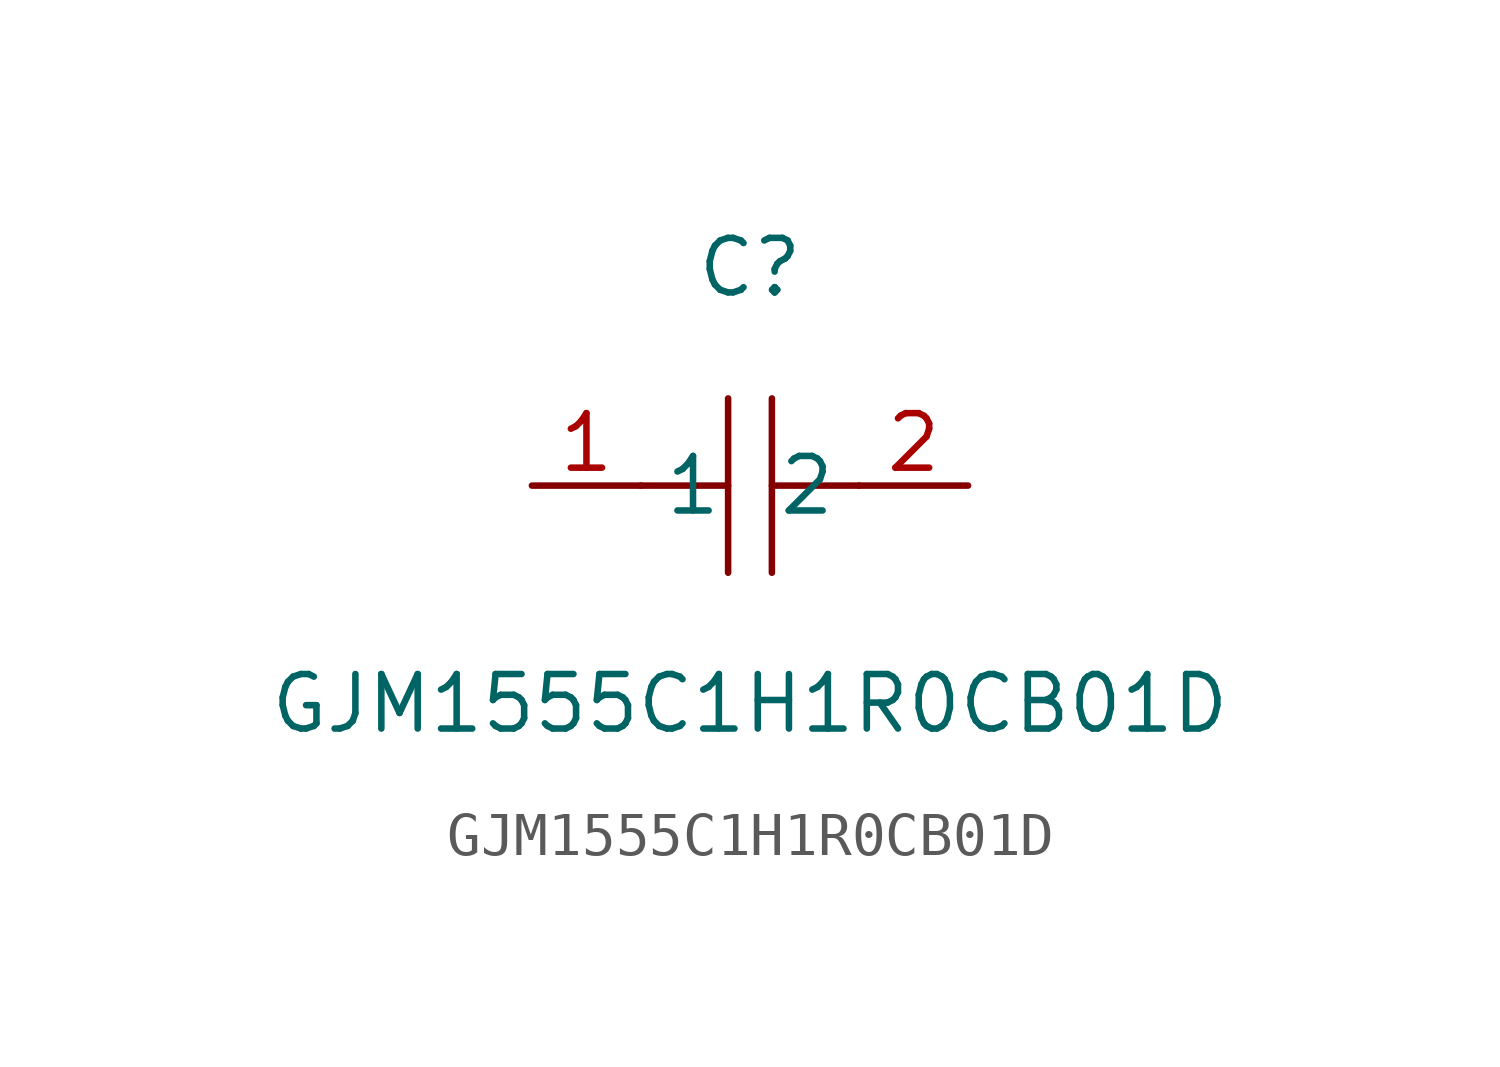
<source format=kicad_sym>
(kicad_symbol_lib
  (version 1)
  (generator "faebryk")
  (symbol "GJM1555C1H1R0CB01D"
    (property "Reference" "C"
      (at 0 5.08 0)
      (effects (font (size 1.27 1.27)) (hide no)))
    (property "Value" "GJM1555C1H1R0CB01D"
      (at 0 -5.08 0)
      (effects (font (size 1.27 1.27)) (hide no)))
    (symbol "GJM1555C1H1R0CB01D_0_1"
      (polyline (stroke (width 0) (type default) (color 0 0 0 0)) (fill (type none)) (pts (xy -0.51 -2.03) (xy -0.51 2.03)))
      (polyline (stroke (width 0) (type default) (color 0 0 0 0)) (fill (type none)) (pts (xy 2.54 0) (xy 0.51 0)))
      (polyline (stroke (width 0) (type default) (color 0 0 0 0)) (fill (type none)) (pts (xy 0.51 2.03) (xy 0.51 -2.03)))
      (polyline (stroke (width 0) (type default) (color 0 0 0 0)) (fill (type none)) (pts (xy -0.51 0) (xy -2.54 0)))
      (pin unspecified line (at -5.08 0 0) (length 2.54) (name "1" (effects (font (size 1.27 1.27)) (hide no))) (number "1" (effects (font (size 1.27 1.27)) (hide no))))
      (pin unspecified line (at 5.08 0 180) (length 2.54) (name "2" (effects (font (size 1.27 1.27)) (hide no))) (number "2" (effects (font (size 1.27 1.27)) (hide no)))))))
</source>
